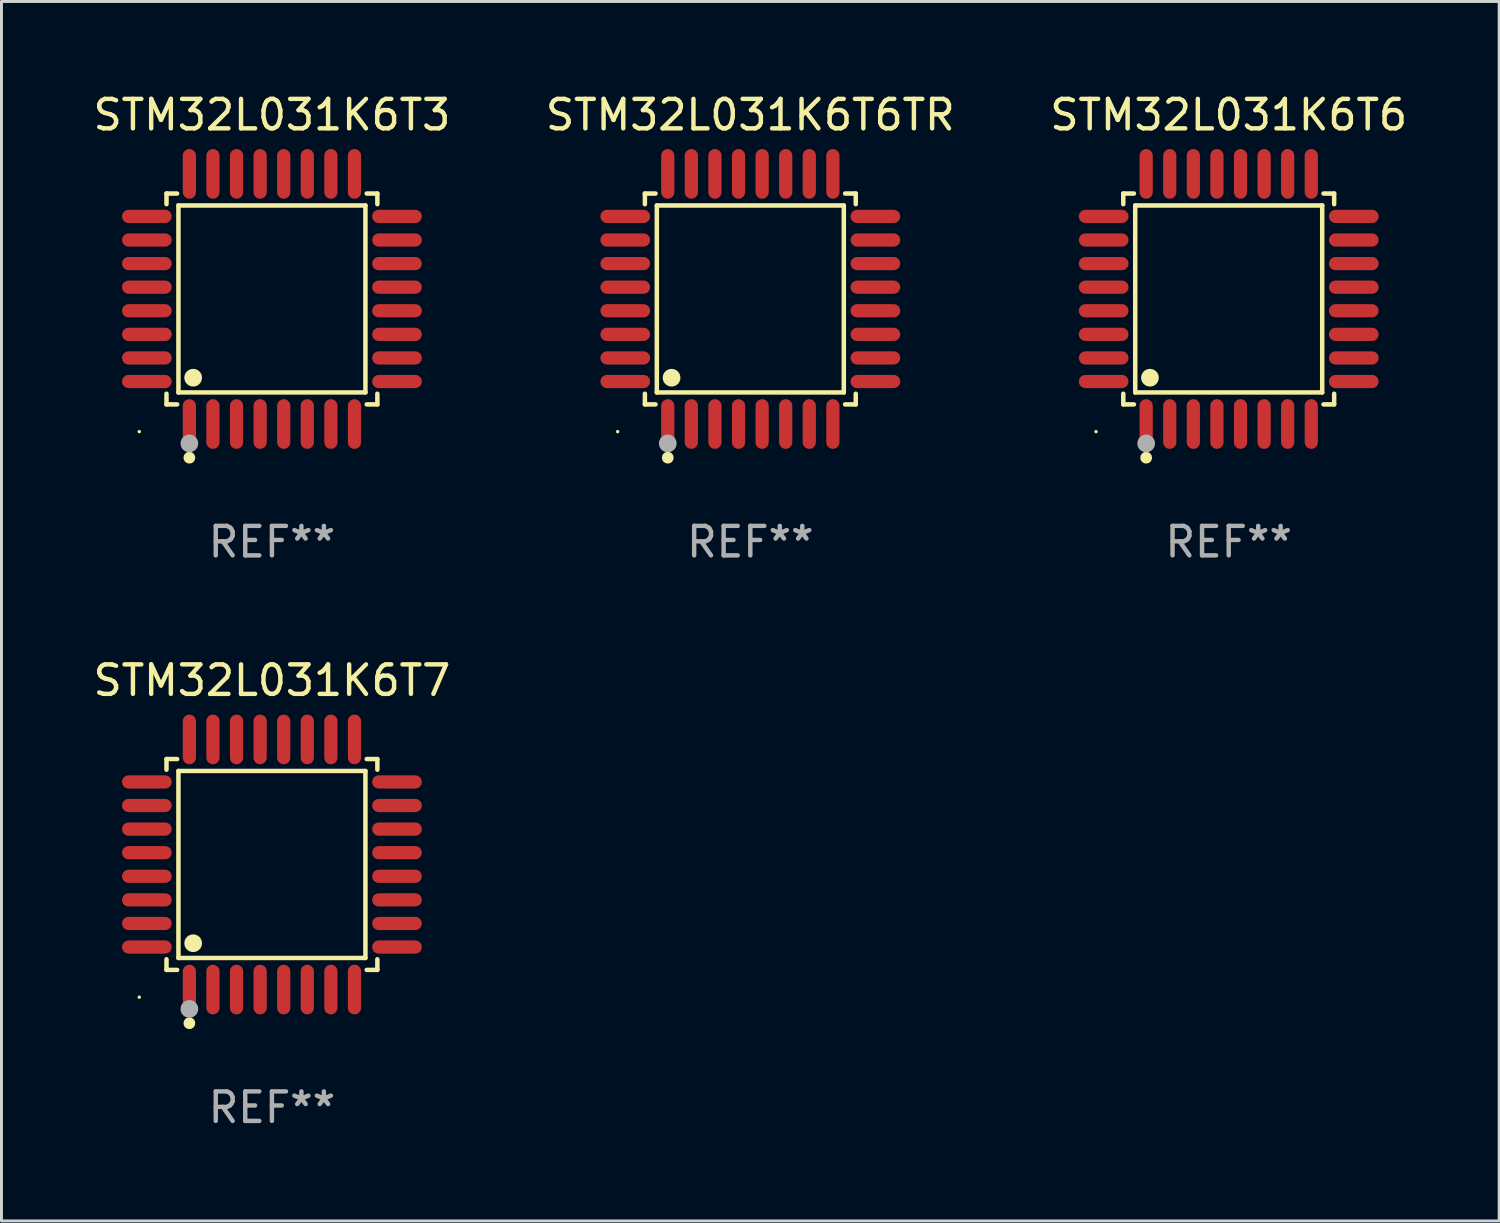
<source format=kicad_pcb>
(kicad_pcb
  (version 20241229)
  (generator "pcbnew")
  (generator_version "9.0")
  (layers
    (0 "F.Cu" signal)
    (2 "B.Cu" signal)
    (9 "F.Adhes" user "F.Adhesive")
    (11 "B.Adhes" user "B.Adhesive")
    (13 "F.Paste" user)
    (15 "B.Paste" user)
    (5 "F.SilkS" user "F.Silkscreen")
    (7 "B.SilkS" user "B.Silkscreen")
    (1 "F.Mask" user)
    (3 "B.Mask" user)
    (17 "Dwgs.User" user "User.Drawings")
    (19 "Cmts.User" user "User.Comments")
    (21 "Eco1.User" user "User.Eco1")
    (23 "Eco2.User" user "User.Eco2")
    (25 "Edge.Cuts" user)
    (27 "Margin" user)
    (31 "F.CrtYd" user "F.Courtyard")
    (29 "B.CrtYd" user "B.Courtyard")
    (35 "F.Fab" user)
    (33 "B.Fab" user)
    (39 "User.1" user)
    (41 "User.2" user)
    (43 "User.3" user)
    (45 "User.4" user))
  (footprint "STM32L031K6T3"
    (layer "F.Cu")
    (at 6.173 7.09)
    (property "Reference" "STM32L031K6T3" (at 0 -6.242 0) (layer "F.SilkS") (effects (font (size 1 1) (thickness 0.15))))
    (attr through_hole)
    (fp_line (start -3.576 -3.576) (end -3.215 -3.576) (stroke (width 0.152) (type solid)) (layer "F.SilkS"))
    (fp_line (start -3.576 -3.215) (end -3.576 -3.576) (stroke (width 0.152) (type solid)) (layer "F.SilkS"))
    (fp_line (start -3.576 3.215) (end -3.576 3.576) (stroke (width 0.152) (type solid)) (layer "F.SilkS"))
    (fp_line (start -3.576 3.576) (end -3.215 3.576) (stroke (width 0.152) (type solid)) (layer "F.SilkS"))
    (fp_line (start -3.171 -3.171) (end 3.171 -3.171) (stroke (width 0.152) (type solid)) (layer "F.SilkS"))
    (fp_line (start -3.171 3.171) (end -3.171 -3.171) (stroke (width 0.152) (type solid)) (layer "F.SilkS"))
    (fp_line (start 3.171 -3.171) (end 3.171 3.171) (stroke (width 0.152) (type solid)) (layer "F.SilkS"))
    (fp_line (start 3.171 3.171) (end -3.171 3.171) (stroke (width 0.152) (type solid)) (layer "F.SilkS"))
    (fp_line (start 3.576 -3.576) (end 3.215 -3.576) (stroke (width 0.152) (type solid)) (layer "F.SilkS"))
    (fp_line (start 3.576 -3.215) (end 3.576 -3.576) (stroke (width 0.152) (type solid)) (layer "F.SilkS"))
    (fp_line (start 3.576 3.215) (end 3.576 3.576) (stroke (width 0.152) (type solid)) (layer "F.SilkS"))
    (fp_line (start 3.576 3.576) (end 3.215 3.576) (stroke (width 0.152) (type solid)) (layer "F.SilkS"))
    (fp_circle (center -4.5 4.5) (end -4.47 4.5) (stroke (width 0.06) (type solid)) (fill no) (layer "F.SilkS"))
    (fp_circle (center -2.8 5.384) (end -2.7 5.384) (stroke (width 0.2) (type solid)) (fill no) (layer "F.SilkS"))
    (fp_circle (center -2.671 2.671) (end -2.521 2.671) (stroke (width 0.3) (type solid)) (fill no) (layer "F.SilkS"))
    (fp_circle (center -2.8 4.9) (end -2.65 4.9) (stroke (width 0.3) (type solid)) (fill no) (layer "F.Fab"))
    (fp_text user "REF**" (at 0 8.242 0) (layer "F.Fab") (effects (font (size 1 1) (thickness 0.15))))
    (pad "1" smd oval (at -2.8 4.242) (size 0.448 1.684) (layers "F.Cu" "F.Mask" "F.Paste"))
    (pad "2" smd oval (at -2 4.242) (size 0.448 1.684) (layers "F.Cu" "F.Mask" "F.Paste"))
    (pad "3" smd oval (at -1.2 4.242) (size 0.448 1.684) (layers "F.Cu" "F.Mask" "F.Paste"))
    (pad "4" smd oval (at -0.4 4.242) (size 0.448 1.684) (layers "F.Cu" "F.Mask" "F.Paste"))
    (pad "5" smd oval (at 0.4 4.242) (size 0.448 1.684) (layers "F.Cu" "F.Mask" "F.Paste"))
    (pad "6" smd oval (at 1.2 4.242) (size 0.448 1.684) (layers "F.Cu" "F.Mask" "F.Paste"))
    (pad "7" smd oval (at 2 4.242) (size 0.448 1.684) (layers "F.Cu" "F.Mask" "F.Paste"))
    (pad "8" smd oval (at 2.8 4.242) (size 0.448 1.684) (layers "F.Cu" "F.Mask" "F.Paste"))
    (pad "9" smd oval (at 4.242 2.8) (size 1.684 0.448) (layers "F.Cu" "F.Mask" "F.Paste"))
    (pad "10" smd oval (at 4.242 2) (size 1.684 0.448) (layers "F.Cu" "F.Mask" "F.Paste"))
    (pad "11" smd oval (at 4.242 1.2) (size 1.684 0.448) (layers "F.Cu" "F.Mask" "F.Paste"))
    (pad "12" smd oval (at 4.242 0.4) (size 1.684 0.448) (layers "F.Cu" "F.Mask" "F.Paste"))
    (pad "13" smd oval (at 4.242 -0.4) (size 1.684 0.448) (layers "F.Cu" "F.Mask" "F.Paste"))
    (pad "14" smd oval (at 4.242 -1.2) (size 1.684 0.448) (layers "F.Cu" "F.Mask" "F.Paste"))
    (pad "15" smd oval (at 4.242 -2) (size 1.684 0.448) (layers "F.Cu" "F.Mask" "F.Paste"))
    (pad "16" smd oval (at 4.242 -2.8) (size 1.684 0.448) (layers "F.Cu" "F.Mask" "F.Paste"))
    (pad "17" smd oval (at 2.8 -4.242) (size 0.448 1.684) (layers "F.Cu" "F.Mask" "F.Paste"))
    (pad "18" smd oval (at 2 -4.242) (size 0.448 1.684) (layers "F.Cu" "F.Mask" "F.Paste"))
    (pad "19" smd oval (at 1.2 -4.242) (size 0.448 1.684) (layers "F.Cu" "F.Mask" "F.Paste"))
    (pad "20" smd oval (at 0.4 -4.242) (size 0.448 1.684) (layers "F.Cu" "F.Mask" "F.Paste"))
    (pad "21" smd oval (at -0.4 -4.242) (size 0.448 1.684) (layers "F.Cu" "F.Mask" "F.Paste"))
    (pad "22" smd oval (at -1.2 -4.242) (size 0.448 1.684) (layers "F.Cu" "F.Mask" "F.Paste"))
    (pad "23" smd oval (at -2 -4.242) (size 0.448 1.684) (layers "F.Cu" "F.Mask" "F.Paste"))
    (pad "24" smd oval (at -2.8 -4.242) (size 0.448 1.684) (layers "F.Cu" "F.Mask" "F.Paste"))
    (pad "25" smd oval (at -4.242 -2.8) (size 1.684 0.448) (layers "F.Cu" "F.Mask" "F.Paste"))
    (pad "26" smd oval (at -4.242 -2) (size 1.684 0.448) (layers "F.Cu" "F.Mask" "F.Paste"))
    (pad "27" smd oval (at -4.242 -1.2) (size 1.684 0.448) (layers "F.Cu" "F.Mask" "F.Paste"))
    (pad "28" smd oval (at -4.242 -0.4) (size 1.684 0.448) (layers "F.Cu" "F.Mask" "F.Paste"))
    (pad "29" smd oval (at -4.242 0.4) (size 1.684 0.448) (layers "F.Cu" "F.Mask" "F.Paste"))
    (pad "30" smd oval (at -4.242 1.2) (size 1.684 0.448) (layers "F.Cu" "F.Mask" "F.Paste"))
    (pad "31" smd oval (at -4.242 2) (size 1.684 0.448) (layers "F.Cu" "F.Mask" "F.Paste"))
    (pad "32" smd oval (at -4.242 2.8) (size 1.684 0.448) (layers "F.Cu" "F.Mask" "F.Paste")))
  (footprint "STM32L031K6T6"
    (layer "F.Cu")
    (at 38.625 7.09)
    (property "Reference" "STM32L031K6T6" (at 0 -6.242 0) (layer "F.SilkS") (effects (font (size 1 1) (thickness 0.15))))
    (attr through_hole)
    (fp_line (start -3.576 -3.576) (end -3.215 -3.576) (stroke (width 0.152) (type solid)) (layer "F.SilkS"))
    (fp_line (start -3.576 -3.215) (end -3.576 -3.576) (stroke (width 0.152) (type solid)) (layer "F.SilkS"))
    (fp_line (start -3.576 3.215) (end -3.576 3.576) (stroke (width 0.152) (type solid)) (layer "F.SilkS"))
    (fp_line (start -3.576 3.576) (end -3.215 3.576) (stroke (width 0.152) (type solid)) (layer "F.SilkS"))
    (fp_line (start -3.171 -3.171) (end 3.171 -3.171) (stroke (width 0.152) (type solid)) (layer "F.SilkS"))
    (fp_line (start -3.171 3.171) (end -3.171 -3.171) (stroke (width 0.152) (type solid)) (layer "F.SilkS"))
    (fp_line (start 3.171 -3.171) (end 3.171 3.171) (stroke (width 0.152) (type solid)) (layer "F.SilkS"))
    (fp_line (start 3.171 3.171) (end -3.171 3.171) (stroke (width 0.152) (type solid)) (layer "F.SilkS"))
    (fp_line (start 3.576 -3.576) (end 3.215 -3.576) (stroke (width 0.152) (type solid)) (layer "F.SilkS"))
    (fp_line (start 3.576 -3.215) (end 3.576 -3.576) (stroke (width 0.152) (type solid)) (layer "F.SilkS"))
    (fp_line (start 3.576 3.215) (end 3.576 3.576) (stroke (width 0.152) (type solid)) (layer "F.SilkS"))
    (fp_line (start 3.576 3.576) (end 3.215 3.576) (stroke (width 0.152) (type solid)) (layer "F.SilkS"))
    (fp_circle (center -4.5 4.5) (end -4.47 4.5) (stroke (width 0.06) (type solid)) (fill no) (layer "F.SilkS"))
    (fp_circle (center -2.8 5.384) (end -2.7 5.384) (stroke (width 0.2) (type solid)) (fill no) (layer "F.SilkS"))
    (fp_circle (center -2.671 2.671) (end -2.521 2.671) (stroke (width 0.3) (type solid)) (fill no) (layer "F.SilkS"))
    (fp_circle (center -2.8 4.9) (end -2.65 4.9) (stroke (width 0.3) (type solid)) (fill no) (layer "F.Fab"))
    (fp_text user "REF**" (at 0 8.242 0) (layer "F.Fab") (effects (font (size 1 1) (thickness 0.15))))
    (pad "1" smd oval (at -2.8 4.242) (size 0.448 1.684) (layers "F.Cu" "F.Mask" "F.Paste"))
    (pad "2" smd oval (at -2 4.242) (size 0.448 1.684) (layers "F.Cu" "F.Mask" "F.Paste"))
    (pad "3" smd oval (at -1.2 4.242) (size 0.448 1.684) (layers "F.Cu" "F.Mask" "F.Paste"))
    (pad "4" smd oval (at -0.4 4.242) (size 0.448 1.684) (layers "F.Cu" "F.Mask" "F.Paste"))
    (pad "5" smd oval (at 0.4 4.242) (size 0.448 1.684) (layers "F.Cu" "F.Mask" "F.Paste"))
    (pad "6" smd oval (at 1.2 4.242) (size 0.448 1.684) (layers "F.Cu" "F.Mask" "F.Paste"))
    (pad "7" smd oval (at 2 4.242) (size 0.448 1.684) (layers "F.Cu" "F.Mask" "F.Paste"))
    (pad "8" smd oval (at 2.8 4.242) (size 0.448 1.684) (layers "F.Cu" "F.Mask" "F.Paste"))
    (pad "9" smd oval (at 4.242 2.8) (size 1.684 0.448) (layers "F.Cu" "F.Mask" "F.Paste"))
    (pad "10" smd oval (at 4.242 2) (size 1.684 0.448) (layers "F.Cu" "F.Mask" "F.Paste"))
    (pad "11" smd oval (at 4.242 1.2) (size 1.684 0.448) (layers "F.Cu" "F.Mask" "F.Paste"))
    (pad "12" smd oval (at 4.242 0.4) (size 1.684 0.448) (layers "F.Cu" "F.Mask" "F.Paste"))
    (pad "13" smd oval (at 4.242 -0.4) (size 1.684 0.448) (layers "F.Cu" "F.Mask" "F.Paste"))
    (pad "14" smd oval (at 4.242 -1.2) (size 1.684 0.448) (layers "F.Cu" "F.Mask" "F.Paste"))
    (pad "15" smd oval (at 4.242 -2) (size 1.684 0.448) (layers "F.Cu" "F.Mask" "F.Paste"))
    (pad "16" smd oval (at 4.242 -2.8) (size 1.684 0.448) (layers "F.Cu" "F.Mask" "F.Paste"))
    (pad "17" smd oval (at 2.8 -4.242) (size 0.448 1.684) (layers "F.Cu" "F.Mask" "F.Paste"))
    (pad "18" smd oval (at 2 -4.242) (size 0.448 1.684) (layers "F.Cu" "F.Mask" "F.Paste"))
    (pad "19" smd oval (at 1.2 -4.242) (size 0.448 1.684) (layers "F.Cu" "F.Mask" "F.Paste"))
    (pad "20" smd oval (at 0.4 -4.242) (size 0.448 1.684) (layers "F.Cu" "F.Mask" "F.Paste"))
    (pad "21" smd oval (at -0.4 -4.242) (size 0.448 1.684) (layers "F.Cu" "F.Mask" "F.Paste"))
    (pad "22" smd oval (at -1.2 -4.242) (size 0.448 1.684) (layers "F.Cu" "F.Mask" "F.Paste"))
    (pad "23" smd oval (at -2 -4.242) (size 0.448 1.684) (layers "F.Cu" "F.Mask" "F.Paste"))
    (pad "24" smd oval (at -2.8 -4.242) (size 0.448 1.684) (layers "F.Cu" "F.Mask" "F.Paste"))
    (pad "25" smd oval (at -4.242 -2.8) (size 1.684 0.448) (layers "F.Cu" "F.Mask" "F.Paste"))
    (pad "26" smd oval (at -4.242 -2) (size 1.684 0.448) (layers "F.Cu" "F.Mask" "F.Paste"))
    (pad "27" smd oval (at -4.242 -1.2) (size 1.684 0.448) (layers "F.Cu" "F.Mask" "F.Paste"))
    (pad "28" smd oval (at -4.242 -0.4) (size 1.684 0.448) (layers "F.Cu" "F.Mask" "F.Paste"))
    (pad "29" smd oval (at -4.242 0.4) (size 1.684 0.448) (layers "F.Cu" "F.Mask" "F.Paste"))
    (pad "30" smd oval (at -4.242 1.2) (size 1.684 0.448) (layers "F.Cu" "F.Mask" "F.Paste"))
    (pad "31" smd oval (at -4.242 2) (size 1.684 0.448) (layers "F.Cu" "F.Mask" "F.Paste"))
    (pad "32" smd oval (at -4.242 2.8) (size 1.684 0.448) (layers "F.Cu" "F.Mask" "F.Paste")))
  (footprint "STM32L031K6T7"
    (layer "F.Cu")
    (at 6.173 26.271)
    (property "Reference" "STM32L031K6T7" (at 0 -6.242 0) (layer "F.SilkS") (effects (font (size 1 1) (thickness 0.15))))
    (attr through_hole)
    (fp_line (start -3.576 -3.576) (end -3.215 -3.576) (stroke (width 0.152) (type solid)) (layer "F.SilkS"))
    (fp_line (start -3.576 -3.215) (end -3.576 -3.576) (stroke (width 0.152) (type solid)) (layer "F.SilkS"))
    (fp_line (start -3.576 3.215) (end -3.576 3.576) (stroke (width 0.152) (type solid)) (layer "F.SilkS"))
    (fp_line (start -3.576 3.576) (end -3.215 3.576) (stroke (width 0.152) (type solid)) (layer "F.SilkS"))
    (fp_line (start -3.171 -3.171) (end 3.171 -3.171) (stroke (width 0.152) (type solid)) (layer "F.SilkS"))
    (fp_line (start -3.171 3.171) (end -3.171 -3.171) (stroke (width 0.152) (type solid)) (layer "F.SilkS"))
    (fp_line (start 3.171 -3.171) (end 3.171 3.171) (stroke (width 0.152) (type solid)) (layer "F.SilkS"))
    (fp_line (start 3.171 3.171) (end -3.171 3.171) (stroke (width 0.152) (type solid)) (layer "F.SilkS"))
    (fp_line (start 3.576 -3.576) (end 3.215 -3.576) (stroke (width 0.152) (type solid)) (layer "F.SilkS"))
    (fp_line (start 3.576 -3.215) (end 3.576 -3.576) (stroke (width 0.152) (type solid)) (layer "F.SilkS"))
    (fp_line (start 3.576 3.215) (end 3.576 3.576) (stroke (width 0.152) (type solid)) (layer "F.SilkS"))
    (fp_line (start 3.576 3.576) (end 3.215 3.576) (stroke (width 0.152) (type solid)) (layer "F.SilkS"))
    (fp_circle (center -4.5 4.5) (end -4.47 4.5) (stroke (width 0.06) (type solid)) (fill no) (layer "F.SilkS"))
    (fp_circle (center -2.8 5.384) (end -2.7 5.384) (stroke (width 0.2) (type solid)) (fill no) (layer "F.SilkS"))
    (fp_circle (center -2.671 2.671) (end -2.521 2.671) (stroke (width 0.3) (type solid)) (fill no) (layer "F.SilkS"))
    (fp_circle (center -2.8 4.9) (end -2.65 4.9) (stroke (width 0.3) (type solid)) (fill no) (layer "F.Fab"))
    (fp_text user "REF**" (at 0 8.242 0) (layer "F.Fab") (effects (font (size 1 1) (thickness 0.15))))
    (pad "1" smd oval (at -2.8 4.242) (size 0.448 1.684) (layers "F.Cu" "F.Mask" "F.Paste"))
    (pad "2" smd oval (at -2 4.242) (size 0.448 1.684) (layers "F.Cu" "F.Mask" "F.Paste"))
    (pad "3" smd oval (at -1.2 4.242) (size 0.448 1.684) (layers "F.Cu" "F.Mask" "F.Paste"))
    (pad "4" smd oval (at -0.4 4.242) (size 0.448 1.684) (layers "F.Cu" "F.Mask" "F.Paste"))
    (pad "5" smd oval (at 0.4 4.242) (size 0.448 1.684) (layers "F.Cu" "F.Mask" "F.Paste"))
    (pad "6" smd oval (at 1.2 4.242) (size 0.448 1.684) (layers "F.Cu" "F.Mask" "F.Paste"))
    (pad "7" smd oval (at 2 4.242) (size 0.448 1.684) (layers "F.Cu" "F.Mask" "F.Paste"))
    (pad "8" smd oval (at 2.8 4.242) (size 0.448 1.684) (layers "F.Cu" "F.Mask" "F.Paste"))
    (pad "9" smd oval (at 4.242 2.8) (size 1.684 0.448) (layers "F.Cu" "F.Mask" "F.Paste"))
    (pad "10" smd oval (at 4.242 2) (size 1.684 0.448) (layers "F.Cu" "F.Mask" "F.Paste"))
    (pad "11" smd oval (at 4.242 1.2) (size 1.684 0.448) (layers "F.Cu" "F.Mask" "F.Paste"))
    (pad "12" smd oval (at 4.242 0.4) (size 1.684 0.448) (layers "F.Cu" "F.Mask" "F.Paste"))
    (pad "13" smd oval (at 4.242 -0.4) (size 1.684 0.448) (layers "F.Cu" "F.Mask" "F.Paste"))
    (pad "14" smd oval (at 4.242 -1.2) (size 1.684 0.448) (layers "F.Cu" "F.Mask" "F.Paste"))
    (pad "15" smd oval (at 4.242 -2) (size 1.684 0.448) (layers "F.Cu" "F.Mask" "F.Paste"))
    (pad "16" smd oval (at 4.242 -2.8) (size 1.684 0.448) (layers "F.Cu" "F.Mask" "F.Paste"))
    (pad "17" smd oval (at 2.8 -4.242) (size 0.448 1.684) (layers "F.Cu" "F.Mask" "F.Paste"))
    (pad "18" smd oval (at 2 -4.242) (size 0.448 1.684) (layers "F.Cu" "F.Mask" "F.Paste"))
    (pad "19" smd oval (at 1.2 -4.242) (size 0.448 1.684) (layers "F.Cu" "F.Mask" "F.Paste"))
    (pad "20" smd oval (at 0.4 -4.242) (size 0.448 1.684) (layers "F.Cu" "F.Mask" "F.Paste"))
    (pad "21" smd oval (at -0.4 -4.242) (size 0.448 1.684) (layers "F.Cu" "F.Mask" "F.Paste"))
    (pad "22" smd oval (at -1.2 -4.242) (size 0.448 1.684) (layers "F.Cu" "F.Mask" "F.Paste"))
    (pad "23" smd oval (at -2 -4.242) (size 0.448 1.684) (layers "F.Cu" "F.Mask" "F.Paste"))
    (pad "24" smd oval (at -2.8 -4.242) (size 0.448 1.684) (layers "F.Cu" "F.Mask" "F.Paste"))
    (pad "25" smd oval (at -4.242 -2.8) (size 1.684 0.448) (layers "F.Cu" "F.Mask" "F.Paste"))
    (pad "26" smd oval (at -4.242 -2) (size 1.684 0.448) (layers "F.Cu" "F.Mask" "F.Paste"))
    (pad "27" smd oval (at -4.242 -1.2) (size 1.684 0.448) (layers "F.Cu" "F.Mask" "F.Paste"))
    (pad "28" smd oval (at -4.242 -0.4) (size 1.684 0.448) (layers "F.Cu" "F.Mask" "F.Paste"))
    (pad "29" smd oval (at -4.242 0.4) (size 1.684 0.448) (layers "F.Cu" "F.Mask" "F.Paste"))
    (pad "30" smd oval (at -4.242 1.2) (size 1.684 0.448) (layers "F.Cu" "F.Mask" "F.Paste"))
    (pad "31" smd oval (at -4.242 2) (size 1.684 0.448) (layers "F.Cu" "F.Mask" "F.Paste"))
    (pad "32" smd oval (at -4.242 2.8) (size 1.684 0.448) (layers "F.Cu" "F.Mask" "F.Paste")))
  (footprint "STM32L031K6T6TR"
    (layer "F.Cu")
    (at 22.399 7.09)
    (property "Reference" "STM32L031K6T6TR" (at 0 -6.242 0) (layer "F.SilkS") (effects (font (size 1 1) (thickness 0.15))))
    (attr through_hole)
    (fp_line (start -3.576 -3.576) (end -3.215 -3.576) (stroke (width 0.152) (type solid)) (layer "F.SilkS"))
    (fp_line (start -3.576 -3.215) (end -3.576 -3.576) (stroke (width 0.152) (type solid)) (layer "F.SilkS"))
    (fp_line (start -3.576 3.215) (end -3.576 3.576) (stroke (width 0.152) (type solid)) (layer "F.SilkS"))
    (fp_line (start -3.576 3.576) (end -3.215 3.576) (stroke (width 0.152) (type solid)) (layer "F.SilkS"))
    (fp_line (start -3.171 -3.171) (end 3.171 -3.171) (stroke (width 0.152) (type solid)) (layer "F.SilkS"))
    (fp_line (start -3.171 3.171) (end -3.171 -3.171) (stroke (width 0.152) (type solid)) (layer "F.SilkS"))
    (fp_line (start 3.171 -3.171) (end 3.171 3.171) (stroke (width 0.152) (type solid)) (layer "F.SilkS"))
    (fp_line (start 3.171 3.171) (end -3.171 3.171) (stroke (width 0.152) (type solid)) (layer "F.SilkS"))
    (fp_line (start 3.576 -3.576) (end 3.215 -3.576) (stroke (width 0.152) (type solid)) (layer "F.SilkS"))
    (fp_line (start 3.576 -3.215) (end 3.576 -3.576) (stroke (width 0.152) (type solid)) (layer "F.SilkS"))
    (fp_line (start 3.576 3.215) (end 3.576 3.576) (stroke (width 0.152) (type solid)) (layer "F.SilkS"))
    (fp_line (start 3.576 3.576) (end 3.215 3.576) (stroke (width 0.152) (type solid)) (layer "F.SilkS"))
    (fp_circle (center -4.5 4.5) (end -4.47 4.5) (stroke (width 0.06) (type solid)) (fill no) (layer "F.SilkS"))
    (fp_circle (center -2.8 5.384) (end -2.7 5.384) (stroke (width 0.2) (type solid)) (fill no) (layer "F.SilkS"))
    (fp_circle (center -2.671 2.671) (end -2.521 2.671) (stroke (width 0.3) (type solid)) (fill no) (layer "F.SilkS"))
    (fp_circle (center -2.8 4.9) (end -2.65 4.9) (stroke (width 0.3) (type solid)) (fill no) (layer "F.Fab"))
    (fp_text user "REF**" (at 0 8.242 0) (layer "F.Fab") (effects (font (size 1 1) (thickness 0.15))))
    (pad "1" smd oval (at -2.8 4.242) (size 0.448 1.684) (layers "F.Cu" "F.Mask" "F.Paste"))
    (pad "2" smd oval (at -2 4.242) (size 0.448 1.684) (layers "F.Cu" "F.Mask" "F.Paste"))
    (pad "3" smd oval (at -1.2 4.242) (size 0.448 1.684) (layers "F.Cu" "F.Mask" "F.Paste"))
    (pad "4" smd oval (at -0.4 4.242) (size 0.448 1.684) (layers "F.Cu" "F.Mask" "F.Paste"))
    (pad "5" smd oval (at 0.4 4.242) (size 0.448 1.684) (layers "F.Cu" "F.Mask" "F.Paste"))
    (pad "6" smd oval (at 1.2 4.242) (size 0.448 1.684) (layers "F.Cu" "F.Mask" "F.Paste"))
    (pad "7" smd oval (at 2 4.242) (size 0.448 1.684) (layers "F.Cu" "F.Mask" "F.Paste"))
    (pad "8" smd oval (at 2.8 4.242) (size 0.448 1.684) (layers "F.Cu" "F.Mask" "F.Paste"))
    (pad "9" smd oval (at 4.242 2.8) (size 1.684 0.448) (layers "F.Cu" "F.Mask" "F.Paste"))
    (pad "10" smd oval (at 4.242 2) (size 1.684 0.448) (layers "F.Cu" "F.Mask" "F.Paste"))
    (pad "11" smd oval (at 4.242 1.2) (size 1.684 0.448) (layers "F.Cu" "F.Mask" "F.Paste"))
    (pad "12" smd oval (at 4.242 0.4) (size 1.684 0.448) (layers "F.Cu" "F.Mask" "F.Paste"))
    (pad "13" smd oval (at 4.242 -0.4) (size 1.684 0.448) (layers "F.Cu" "F.Mask" "F.Paste"))
    (pad "14" smd oval (at 4.242 -1.2) (size 1.684 0.448) (layers "F.Cu" "F.Mask" "F.Paste"))
    (pad "15" smd oval (at 4.242 -2) (size 1.684 0.448) (layers "F.Cu" "F.Mask" "F.Paste"))
    (pad "16" smd oval (at 4.242 -2.8) (size 1.684 0.448) (layers "F.Cu" "F.Mask" "F.Paste"))
    (pad "17" smd oval (at 2.8 -4.242) (size 0.448 1.684) (layers "F.Cu" "F.Mask" "F.Paste"))
    (pad "18" smd oval (at 2 -4.242) (size 0.448 1.684) (layers "F.Cu" "F.Mask" "F.Paste"))
    (pad "19" smd oval (at 1.2 -4.242) (size 0.448 1.684) (layers "F.Cu" "F.Mask" "F.Paste"))
    (pad "20" smd oval (at 0.4 -4.242) (size 0.448 1.684) (layers "F.Cu" "F.Mask" "F.Paste"))
    (pad "21" smd oval (at -0.4 -4.242) (size 0.448 1.684) (layers "F.Cu" "F.Mask" "F.Paste"))
    (pad "22" smd oval (at -1.2 -4.242) (size 0.448 1.684) (layers "F.Cu" "F.Mask" "F.Paste"))
    (pad "23" smd oval (at -2 -4.242) (size 0.448 1.684) (layers "F.Cu" "F.Mask" "F.Paste"))
    (pad "24" smd oval (at -2.8 -4.242) (size 0.448 1.684) (layers "F.Cu" "F.Mask" "F.Paste"))
    (pad "25" smd oval (at -4.242 -2.8) (size 1.684 0.448) (layers "F.Cu" "F.Mask" "F.Paste"))
    (pad "26" smd oval (at -4.242 -2) (size 1.684 0.448) (layers "F.Cu" "F.Mask" "F.Paste"))
    (pad "27" smd oval (at -4.242 -1.2) (size 1.684 0.448) (layers "F.Cu" "F.Mask" "F.Paste"))
    (pad "28" smd oval (at -4.242 -0.4) (size 1.684 0.448) (layers "F.Cu" "F.Mask" "F.Paste"))
    (pad "29" smd oval (at -4.242 0.4) (size 1.684 0.448) (layers "F.Cu" "F.Mask" "F.Paste"))
    (pad "30" smd oval (at -4.242 1.2) (size 1.684 0.448) (layers "F.Cu" "F.Mask" "F.Paste"))
    (pad "31" smd oval (at -4.242 2) (size 1.684 0.448) (layers "F.Cu" "F.Mask" "F.Paste"))
    (pad "32" smd oval (at -4.242 2.8) (size 1.684 0.448) (layers "F.Cu" "F.Mask" "F.Paste")))
  (gr_rect
    (start -3 -3)
    (end 47.798 38.361)
    (stroke (width 0.1) (type default))
    (fill no)
    (layer "Edge.Cuts")))
</source>
